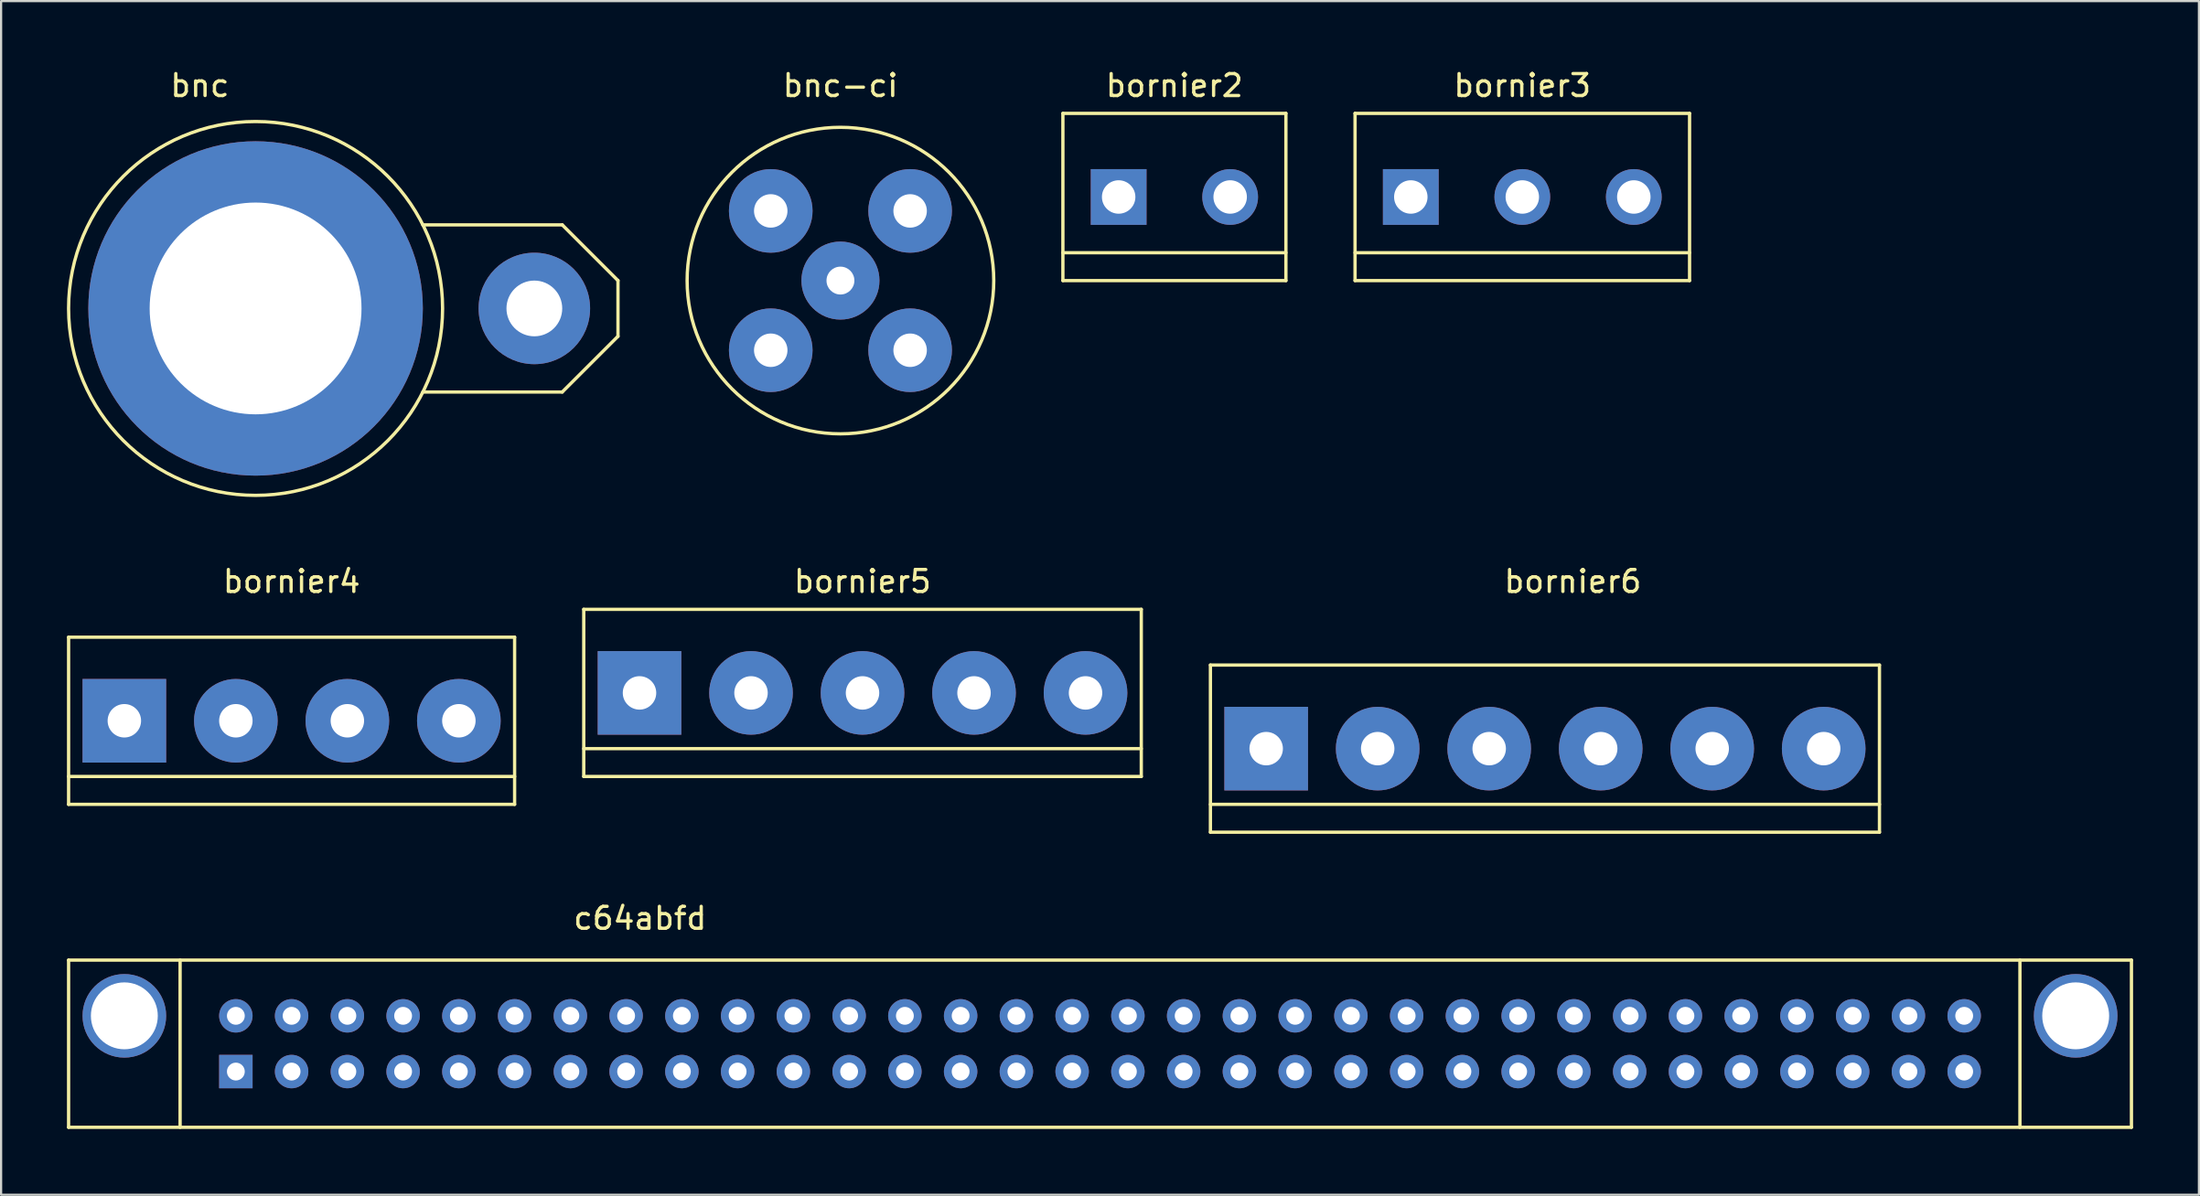
<source format=kicad_pcb>
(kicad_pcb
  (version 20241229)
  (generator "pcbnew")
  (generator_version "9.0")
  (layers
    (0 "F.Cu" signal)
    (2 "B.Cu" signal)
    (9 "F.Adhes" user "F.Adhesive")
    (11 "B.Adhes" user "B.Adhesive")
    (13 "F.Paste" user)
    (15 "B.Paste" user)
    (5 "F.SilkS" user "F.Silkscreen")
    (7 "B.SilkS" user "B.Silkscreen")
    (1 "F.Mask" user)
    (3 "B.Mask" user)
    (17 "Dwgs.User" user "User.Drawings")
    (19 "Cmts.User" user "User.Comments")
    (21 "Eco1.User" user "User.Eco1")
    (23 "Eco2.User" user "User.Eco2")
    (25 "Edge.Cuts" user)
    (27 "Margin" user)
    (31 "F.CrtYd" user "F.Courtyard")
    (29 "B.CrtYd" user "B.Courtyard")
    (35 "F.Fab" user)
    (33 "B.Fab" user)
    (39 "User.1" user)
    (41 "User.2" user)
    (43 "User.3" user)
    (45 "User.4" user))
  (footprint "bornier5"
    (layer "F.Cu")
    (at 36.245 28.531)
    (property "Reference" "bornier5" (at 0 -5.08 0) (layer "F.SilkS") (effects (font (size 1 1) (thickness 0.15))))
    (attr through_hole)
    (fp_line (start -12.7 -3.81) (end -12.7 3.81) (stroke (width 0.15) (type solid)) (layer "F.SilkS"))
    (fp_line (start -12.7 -3.81) (end 12.7 -3.81) (stroke (width 0.15) (type solid)) (layer "F.SilkS"))
    (fp_line (start -12.7 2.54) (end 12.7 2.54) (stroke (width 0.15) (type solid)) (layer "F.SilkS"))
    (fp_line (start -12.7 3.81) (end 12.7 3.81) (stroke (width 0.15) (type solid)) (layer "F.SilkS"))
    (fp_line (start 12.7 -3.81) (end 12.7 3.81) (stroke (width 0.15) (type solid)) (layer "F.SilkS"))
    (pad "1" thru_hole rect (at -10.16 0) (size 3.81 3.81) (drill 1.524) (layers "*.Cu" "*.Mask"))
    (pad "2" thru_hole circle (at -5.08 0) (size 3.81 3.81) (drill 1.524) (layers "*.Cu" "*.Mask"))
    (pad "3" thru_hole circle (at 0 0) (size 3.81 3.81) (drill 1.524) (layers "*.Cu" "*.Mask"))
    (pad "4" thru_hole circle (at 5.08 0) (size 3.81 3.81) (drill 1.524) (layers "*.Cu" "*.Mask"))
    (pad "5" thru_hole circle (at 10.16 0) (size 3.81 3.81) (drill 1.524) (layers "*.Cu" "*.Mask")))
  (footprint "bornier2"
    (layer "F.Cu")
    (at 50.454 5.928)
    (property "Reference" "bornier2" (at 0 -5.08 0) (layer "F.SilkS") (effects (font (size 1 1) (thickness 0.15))))
    (attr through_hole)
    (fp_line (start -5.08 -3.81) (end -5.08 3.81) (stroke (width 0.15) (type solid)) (layer "F.SilkS"))
    (fp_line (start -5.08 3.81) (end 5.08 3.81) (stroke (width 0.15) (type solid)) (layer "F.SilkS"))
    (fp_line (start 5.08 -3.81) (end -5.08 -3.81) (stroke (width 0.15) (type solid)) (layer "F.SilkS"))
    (fp_line (start 5.08 2.54) (end -5.08 2.54) (stroke (width 0.15) (type solid)) (layer "F.SilkS"))
    (fp_line (start 5.08 3.81) (end 5.08 -3.81) (stroke (width 0.15) (type solid)) (layer "F.SilkS"))
    (pad "1" thru_hole rect (at -2.54 0) (size 2.54 2.54) (drill 1.524) (layers "*.Cu" "*.Mask"))
    (pad "2" thru_hole circle (at 2.54 0) (size 2.54 2.54) (drill 1.524) (layers "*.Cu" "*.Mask")))
  (footprint "bornier3"
    (layer "F.Cu")
    (at 66.304 5.928)
    (property "Reference" "bornier3" (at 0 -5.08 0) (layer "F.SilkS") (effects (font (size 1 1) (thickness 0.15))))
    (attr through_hole)
    (fp_line (start -7.62 -3.81) (end 7.62 -3.81) (stroke (width 0.15) (type solid)) (layer "F.SilkS"))
    (fp_line (start -7.62 2.54) (end 7.62 2.54) (stroke (width 0.15) (type solid)) (layer "F.SilkS"))
    (fp_line (start -7.62 3.81) (end -7.62 -3.81) (stroke (width 0.15) (type solid)) (layer "F.SilkS"))
    (fp_line (start -7.62 3.81) (end 7.62 3.81) (stroke (width 0.15) (type solid)) (layer "F.SilkS"))
    (fp_line (start 7.62 3.81) (end 7.62 -3.81) (stroke (width 0.15) (type solid)) (layer "F.SilkS"))
    (pad "1" thru_hole rect (at -5.08 0) (size 2.54 2.54) (drill 1.524) (layers "*.Cu" "*.Mask"))
    (pad "2" thru_hole circle (at 0 0) (size 2.54 2.54) (drill 1.524) (layers "*.Cu" "*.Mask"))
    (pad "3" thru_hole circle (at 5.08 0) (size 2.54 2.54) (drill 1.524) (layers "*.Cu" "*.Mask")))
  (footprint "bnc-ci"
    (layer "F.Cu")
    (at 35.239 9.738)
    (property "Reference" "bnc-ci" (at 0 -8.89 0) (layer "F.SilkS") (effects (font (size 1 1) (thickness 0.15))))
    (attr through_hole)
    (fp_circle (center 0 0) (end -6.985 0) (stroke (width 0.15) (type solid)) (fill no) (layer "F.SilkS"))
    (pad "1" thru_hole circle (at 0 0) (size 3.556 3.556) (drill 1.27) (layers "*.Cu" "*.Mask"))
    (pad "2" thru_hole circle (at -3.175 -3.175) (size 3.81 3.81) (drill 1.524) (layers "*.Cu" "*.Mask"))
    (pad "2" thru_hole circle (at -3.175 3.175) (size 3.81 3.81) (drill 1.524) (layers "*.Cu" "*.Mask"))
    (pad "2" thru_hole circle (at 3.175 -3.175) (size 3.81 3.81) (drill 1.524) (layers "*.Cu" "*.Mask"))
    (pad "2" thru_hole circle (at 3.175 3.175) (size 3.81 3.81) (drill 1.524) (layers "*.Cu" "*.Mask")))
  (footprint "bornier6"
    (layer "F.Cu")
    (at 67.335 31.071)
    (property "Reference" "bornier6" (at 1.27 -7.62 0) (layer "F.SilkS") (effects (font (size 1 1) (thickness 0.15))))
    (attr through_hole)
    (fp_line (start -15.24 -3.81) (end -15.24 3.81) (stroke (width 0.15) (type solid)) (layer "F.SilkS"))
    (fp_line (start -15.24 -3.81) (end 15.24 -3.81) (stroke (width 0.15) (type solid)) (layer "F.SilkS"))
    (fp_line (start -15.24 2.54) (end 15.24 2.54) (stroke (width 0.15) (type solid)) (layer "F.SilkS"))
    (fp_line (start -15.24 3.81) (end 15.24 3.81) (stroke (width 0.15) (type solid)) (layer "F.SilkS"))
    (fp_line (start 15.24 3.81) (end 15.24 -3.81) (stroke (width 0.15) (type solid)) (layer "F.SilkS"))
    (pad "1" thru_hole rect (at -12.7 0) (size 3.81 3.81) (drill 1.524) (layers "*.Cu" "*.Mask"))
    (pad "2" thru_hole circle (at -7.62 0) (size 3.81 3.81) (drill 1.524) (layers "*.Cu" "*.Mask"))
    (pad "3" thru_hole circle (at -2.54 0) (size 3.81 3.81) (drill 1.524) (layers "*.Cu" "*.Mask"))
    (pad "4" thru_hole circle (at 2.54 0) (size 3.81 3.81) (drill 1.524) (layers "*.Cu" "*.Mask"))
    (pad "5" thru_hole circle (at 7.62 0) (size 3.81 3.81) (drill 1.524) (layers "*.Cu" "*.Mask"))
    (pad "6" thru_hole circle (at 12.7 0) (size 3.81 3.81) (drill 1.524) (layers "*.Cu" "*.Mask")))
  (footprint "bnc"
    (layer "F.Cu")
    (at 8.594 11.008)
    (property "Reference" "bnc" (at -2.54 -10.16 0) (layer "F.SilkS") (effects (font (size 1 1) (thickness 0.15))))
    (attr through_hole)
    (fp_line (start 7.62 3.81) (end 13.97 3.81) (stroke (width 0.15) (type solid)) (layer "F.SilkS"))
    (fp_line (start 13.97 -3.81) (end 7.62 -3.81) (stroke (width 0.15) (type solid)) (layer "F.SilkS"))
    (fp_line (start 13.97 3.81) (end 16.51 1.27) (stroke (width 0.15) (type solid)) (layer "F.SilkS"))
    (fp_line (start 16.51 -1.27) (end 13.97 -3.81) (stroke (width 0.15) (type solid)) (layer "F.SilkS"))
    (fp_line (start 16.51 1.27) (end 16.51 -1.27) (stroke (width 0.15) (type solid)) (layer "F.SilkS"))
    (fp_circle (center 0 0) (end 7.62 3.81) (stroke (width 0.15) (type solid)) (fill no) (layer "F.SilkS"))
    (pad "1" thru_hole circle (at 12.7 0) (size 5.08 5.08) (drill 2.54) (layers "*.Cu" "*.Mask"))
    (pad "2" thru_hole circle (at 0 0) (size 15.24 15.24) (drill 9.652) (layers "*.Cu" "*.Mask")))
  (footprint "c64abfd"
    (layer "F.Cu")
    (at 47.065 44.519)
    (property "Reference" "c64abfd" (at -20.955 -5.715 0) (layer "F.SilkS") (effects (font (size 1 1) (thickness 0.15))))
    (attr through_hole)
    (fp_line (start -46.99 -3.81) (end 46.99 -3.81) (stroke (width 0.15) (type solid)) (layer "F.SilkS"))
    (fp_line (start -46.99 3.81) (end -46.99 -3.81) (stroke (width 0.15) (type solid)) (layer "F.SilkS"))
    (fp_line (start -41.91 3.81) (end -41.91 -3.81) (stroke (width 0.15) (type solid)) (layer "F.SilkS"))
    (fp_line (start 41.91 3.81) (end 41.91 -3.81) (stroke (width 0.15) (type solid)) (layer "F.SilkS"))
    (fp_line (start 46.99 -3.81) (end 46.99 3.81) (stroke (width 0.15) (type solid)) (layer "F.SilkS"))
    (fp_line (start 46.99 3.81) (end -46.99 3.81) (stroke (width 0.15) (type solid)) (layer "F.SilkS"))
    (pad "65" thru_hole circle (at -44.45 -1.27) (size 3.81 3.81) (drill 3.048) (layers "*.Cu" "*.Mask"))
    (pad "66" thru_hole circle (at 44.45 -1.27) (size 3.81 3.81) (drill 3.048) (layers "*.Cu" "*.Mask"))
    (pad "A1" thru_hole rect (at -39.37 1.27) (size 1.524 1.524) (drill 0.813) (layers "*.Cu" "*.Mask"))
    (pad "A2" thru_hole circle (at -36.83 1.27) (size 1.524 1.524) (drill 0.813) (layers "*.Cu" "*.Mask"))
    (pad "A3" thru_hole circle (at -34.29 1.27) (size 1.524 1.524) (drill 0.813) (layers "*.Cu" "*.Mask"))
    (pad "A4" thru_hole circle (at -31.75 1.27) (size 1.524 1.524) (drill 0.813) (layers "*.Cu" "*.Mask"))
    (pad "A5" thru_hole circle (at -29.21 1.27) (size 1.524 1.524) (drill 0.813) (layers "*.Cu" "*.Mask"))
    (pad "A6" thru_hole circle (at -26.67 1.27) (size 1.524 1.524) (drill 0.813) (layers "*.Cu" "*.Mask"))
    (pad "A7" thru_hole circle (at -24.13 1.27) (size 1.524 1.524) (drill 0.813) (layers "*.Cu" "*.Mask"))
    (pad "A8" thru_hole circle (at -21.59 1.27) (size 1.524 1.524) (drill 0.813) (layers "*.Cu" "*.Mask"))
    (pad "A9" thru_hole circle (at -19.05 1.27) (size 1.524 1.524) (drill 0.813) (layers "*.Cu" "*.Mask"))
    (pad "A10" thru_hole circle (at -16.51 1.27) (size 1.524 1.524) (drill 0.813) (layers "*.Cu" "*.Mask"))
    (pad "A11" thru_hole circle (at -13.97 1.27) (size 1.524 1.524) (drill 0.813) (layers "*.Cu" "*.Mask"))
    (pad "A12" thru_hole circle (at -11.43 1.27) (size 1.524 1.524) (drill 0.813) (layers "*.Cu" "*.Mask"))
    (pad "A13" thru_hole circle (at -8.89 1.27) (size 1.524 1.524) (drill 0.813) (layers "*.Cu" "*.Mask"))
    (pad "A14" thru_hole circle (at -6.35 1.27) (size 1.524 1.524) (drill 0.813) (layers "*.Cu" "*.Mask"))
    (pad "A15" thru_hole circle (at -3.81 1.27) (size 1.524 1.524) (drill 0.813) (layers "*.Cu" "*.Mask"))
    (pad "A16" thru_hole circle (at -1.27 1.27) (size 1.524 1.524) (drill 0.813) (layers "*.Cu" "*.Mask"))
    (pad "A17" thru_hole circle (at 1.27 1.27) (size 1.524 1.524) (drill 0.813) (layers "*.Cu" "*.Mask"))
    (pad "A18" thru_hole circle (at 3.81 1.27) (size 1.524 1.524) (drill 0.813) (layers "*.Cu" "*.Mask"))
    (pad "A19" thru_hole circle (at 6.35 1.27) (size 1.524 1.524) (drill 0.813) (layers "*.Cu" "*.Mask"))
    (pad "A20" thru_hole circle (at 8.89 1.27) (size 1.524 1.524) (drill 0.813) (layers "*.Cu" "*.Mask"))
    (pad "A21" thru_hole circle (at 11.43 1.27) (size 1.524 1.524) (drill 0.813) (layers "*.Cu" "*.Mask"))
    (pad "A22" thru_hole circle (at 13.97 1.27) (size 1.524 1.524) (drill 0.813) (layers "*.Cu" "*.Mask"))
    (pad "A23" thru_hole circle (at 16.51 1.27) (size 1.524 1.524) (drill 0.813) (layers "*.Cu" "*.Mask"))
    (pad "A24" thru_hole circle (at 19.05 1.27) (size 1.524 1.524) (drill 0.813) (layers "*.Cu" "*.Mask"))
    (pad "A25" thru_hole circle (at 21.59 1.27) (size 1.524 1.524) (drill 0.813) (layers "*.Cu" "*.Mask"))
    (pad "A26" thru_hole circle (at 24.13 1.27) (size 1.524 1.524) (drill 0.813) (layers "*.Cu" "*.Mask"))
    (pad "A27" thru_hole circle (at 26.67 1.27) (size 1.524 1.524) (drill 0.813) (layers "*.Cu" "*.Mask"))
    (pad "A28" thru_hole circle (at 29.21 1.27) (size 1.524 1.524) (drill 0.813) (layers "*.Cu" "*.Mask"))
    (pad "A29" thru_hole circle (at 31.75 1.27) (size 1.524 1.524) (drill 0.813) (layers "*.Cu" "*.Mask"))
    (pad "A30" thru_hole circle (at 34.29 1.27) (size 1.524 1.524) (drill 0.813) (layers "*.Cu" "*.Mask"))
    (pad "A31" thru_hole circle (at 36.83 1.27) (size 1.524 1.524) (drill 0.813) (layers "*.Cu" "*.Mask"))
    (pad "A32" thru_hole circle (at 39.37 1.27) (size 1.524 1.524) (drill 0.813) (layers "*.Cu" "*.Mask"))
    (pad "B1" thru_hole circle (at -39.37 -1.27) (size 1.524 1.524) (drill 0.813) (layers "*.Cu" "*.Mask"))
    (pad "B2" thru_hole circle (at -36.83 -1.27) (size 1.524 1.524) (drill 0.813) (layers "*.Cu" "*.Mask"))
    (pad "B3" thru_hole circle (at -34.29 -1.27) (size 1.524 1.524) (drill 0.813) (layers "*.Cu" "*.Mask"))
    (pad "B4" thru_hole circle (at -31.75 -1.27) (size 1.524 1.524) (drill 0.813) (layers "*.Cu" "*.Mask"))
    (pad "B5" thru_hole circle (at -29.21 -1.27) (size 1.524 1.524) (drill 0.813) (layers "*.Cu" "*.Mask"))
    (pad "B6" thru_hole circle (at -26.67 -1.27) (size 1.524 1.524) (drill 0.813) (layers "*.Cu" "*.Mask"))
    (pad "B7" thru_hole circle (at -24.13 -1.27) (size 1.524 1.524) (drill 0.813) (layers "*.Cu" "*.Mask"))
    (pad "B8" thru_hole circle (at -21.59 -1.27) (size 1.524 1.524) (drill 0.813) (layers "*.Cu" "*.Mask"))
    (pad "B9" thru_hole circle (at -19.05 -1.27) (size 1.524 1.524) (drill 0.813) (layers "*.Cu" "*.Mask"))
    (pad "B10" thru_hole circle (at -16.51 -1.27) (size 1.524 1.524) (drill 0.813) (layers "*.Cu" "*.Mask"))
    (pad "B11" thru_hole circle (at -13.97 -1.27) (size 1.524 1.524) (drill 0.813) (layers "*.Cu" "*.Mask"))
    (pad "B12" thru_hole circle (at -11.43 -1.27) (size 1.524 1.524) (drill 0.813) (layers "*.Cu" "*.Mask"))
    (pad "B13" thru_hole circle (at -8.89 -1.27) (size 1.524 1.524) (drill 0.813) (layers "*.Cu" "*.Mask"))
    (pad "B14" thru_hole circle (at -6.35 -1.27) (size 1.524 1.524) (drill 0.813) (layers "*.Cu" "*.Mask"))
    (pad "B15" thru_hole circle (at -3.81 -1.27) (size 1.524 1.524) (drill 0.813) (layers "*.Cu" "*.Mask"))
    (pad "B16" thru_hole circle (at -1.27 -1.27) (size 1.524 1.524) (drill 0.813) (layers "*.Cu" "*.Mask"))
    (pad "B17" thru_hole circle (at 1.27 -1.27) (size 1.524 1.524) (drill 0.813) (layers "*.Cu" "*.Mask"))
    (pad "B18" thru_hole circle (at 3.81 -1.27) (size 1.524 1.524) (drill 0.813) (layers "*.Cu" "*.Mask"))
    (pad "B19" thru_hole circle (at 6.35 -1.27) (size 1.524 1.524) (drill 0.813) (layers "*.Cu" "*.Mask"))
    (pad "B20" thru_hole circle (at 8.89 -1.27) (size 1.524 1.524) (drill 0.813) (layers "*.Cu" "*.Mask"))
    (pad "B21" thru_hole circle (at 11.43 -1.27) (size 1.524 1.524) (drill 0.813) (layers "*.Cu" "*.Mask"))
    (pad "B22" thru_hole circle (at 13.97 -1.27) (size 1.524 1.524) (drill 0.813) (layers "*.Cu" "*.Mask"))
    (pad "B23" thru_hole circle (at 16.51 -1.27) (size 1.524 1.524) (drill 0.813) (layers "*.Cu" "*.Mask"))
    (pad "B24" thru_hole circle (at 19.05 -1.27) (size 1.524 1.524) (drill 0.813) (layers "*.Cu" "*.Mask"))
    (pad "B25" thru_hole circle (at 21.59 -1.27) (size 1.524 1.524) (drill 0.813) (layers "*.Cu" "*.Mask"))
    (pad "B26" thru_hole circle (at 24.13 -1.27) (size 1.524 1.524) (drill 0.813) (layers "*.Cu" "*.Mask"))
    (pad "B27" thru_hole circle (at 26.67 -1.27) (size 1.524 1.524) (drill 0.813) (layers "*.Cu" "*.Mask"))
    (pad "B28" thru_hole circle (at 29.21 -1.27) (size 1.524 1.524) (drill 0.813) (layers "*.Cu" "*.Mask"))
    (pad "B29" thru_hole circle (at 31.75 -1.27) (size 1.524 1.524) (drill 0.813) (layers "*.Cu" "*.Mask"))
    (pad "B30" thru_hole circle (at 34.29 -1.27) (size 1.524 1.524) (drill 0.813) (layers "*.Cu" "*.Mask"))
    (pad "B31" thru_hole circle (at 36.83 -1.27) (size 1.524 1.524) (drill 0.813) (layers "*.Cu" "*.Mask"))
    (pad "B32" thru_hole circle (at 39.37 -1.27) (size 1.524 1.524) (drill 0.813) (layers "*.Cu" "*.Mask")))
  (footprint "bornier4"
    (layer "F.Cu")
    (at 10.235 29.801)
    (property "Reference" "bornier4" (at 0 -6.35 0) (layer "F.SilkS") (effects (font (size 1 1) (thickness 0.15))))
    (attr through_hole)
    (fp_line (start -10.16 -3.81) (end -10.16 3.81) (stroke (width 0.15) (type solid)) (layer "F.SilkS"))
    (fp_line (start -10.16 -3.81) (end 10.16 -3.81) (stroke (width 0.15) (type solid)) (layer "F.SilkS"))
    (fp_line (start -10.16 3.81) (end 10.16 3.81) (stroke (width 0.15) (type solid)) (layer "F.SilkS"))
    (fp_line (start 10.16 2.54) (end -10.16 2.54) (stroke (width 0.15) (type solid)) (layer "F.SilkS"))
    (fp_line (start 10.16 3.81) (end 10.16 -3.81) (stroke (width 0.15) (type solid)) (layer "F.SilkS"))
    (pad "1" thru_hole rect (at -7.62 0) (size 3.81 3.81) (drill 1.524) (layers "*.Cu" "*.Mask"))
    (pad "2" thru_hole circle (at -2.54 0) (size 3.81 3.81) (drill 1.524) (layers "*.Cu" "*.Mask"))
    (pad "3" thru_hole circle (at 2.54 0) (size 3.81 3.81) (drill 1.524) (layers "*.Cu" "*.Mask"))
    (pad "4" thru_hole circle (at 7.62 0) (size 3.81 3.81) (drill 1.524) (layers "*.Cu" "*.Mask")))
  (gr_rect
    (start -3 -3)
    (end 97.13 51.404)
    (stroke (width 0.1) (type default))
    (fill no)
    (layer "Edge.Cuts")))
</source>
